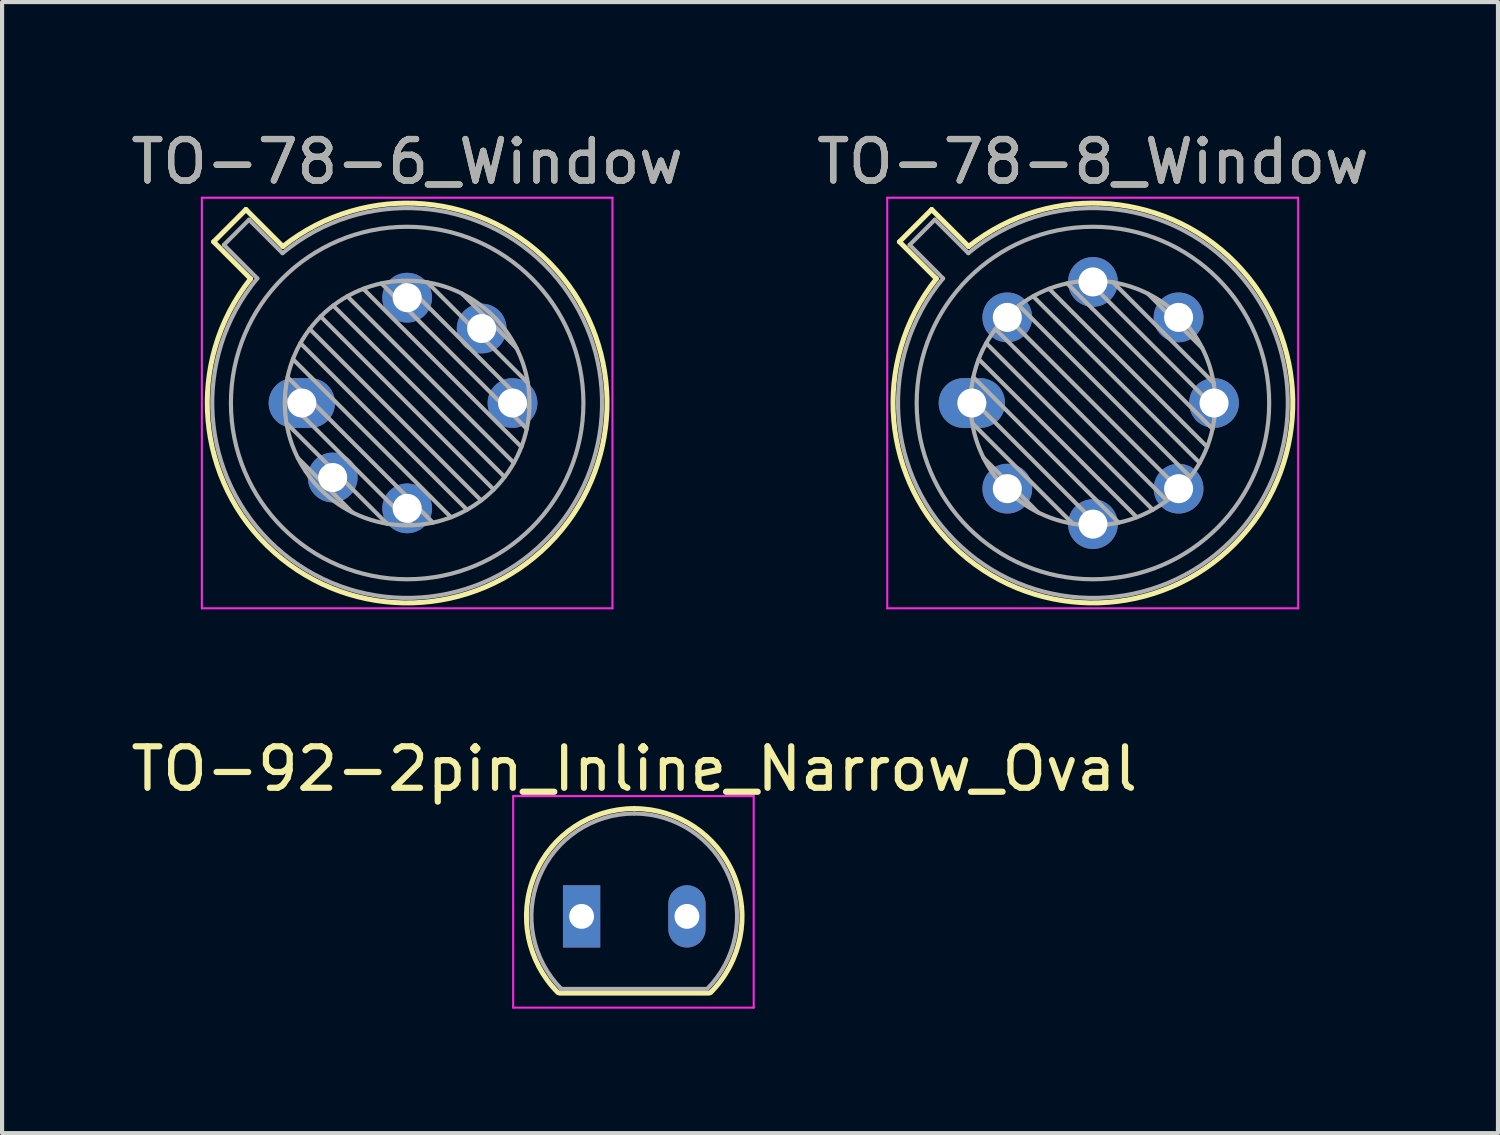
<source format=kicad_pcb>
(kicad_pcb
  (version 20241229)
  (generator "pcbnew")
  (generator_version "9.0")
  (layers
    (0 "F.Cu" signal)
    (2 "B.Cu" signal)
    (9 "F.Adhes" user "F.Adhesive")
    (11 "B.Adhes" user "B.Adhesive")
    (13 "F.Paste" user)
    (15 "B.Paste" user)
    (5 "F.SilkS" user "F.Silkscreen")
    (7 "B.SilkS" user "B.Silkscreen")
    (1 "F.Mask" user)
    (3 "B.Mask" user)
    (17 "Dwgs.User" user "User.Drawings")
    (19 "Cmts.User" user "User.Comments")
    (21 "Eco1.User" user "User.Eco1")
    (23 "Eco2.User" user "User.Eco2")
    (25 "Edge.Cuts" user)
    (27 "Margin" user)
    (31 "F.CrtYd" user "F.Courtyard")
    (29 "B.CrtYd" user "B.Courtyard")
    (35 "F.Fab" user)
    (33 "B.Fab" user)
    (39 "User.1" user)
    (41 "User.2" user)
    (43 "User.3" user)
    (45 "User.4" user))
  (footprint "TO-78-8_Window"
    (layer "F.Cu")
    (at 20.384 6.668)
    (property "Reference" "TO-78-8_Window" (at 2.92 -5.82 0) (layer "F.SilkS") (effects (font (size 1 1) (thickness 0.15))))
    (attr through_hole)
    (fp_line (start -1.746 -3.888) (end -0.855 -2.997) (stroke (width 0.12) (type solid)) (layer "F.SilkS"))
    (fp_line (start -0.968 -4.666) (end -1.746 -3.888) (stroke (width 0.12) (type solid)) (layer "F.SilkS"))
    (fp_line (start -0.077 -3.775) (end -0.968 -4.666) (stroke (width 0.12) (type solid)) (layer "F.SilkS"))
    (fp_arc (start -0.077084 -3.774902) (mid 6.328125 3.408384) (end -0.854674 -2.997371) (stroke (width 0.12) (type solid)) (layer "F.SilkS"))
    (fp_line (start -2.04 -4.95) (end -2.04 4.95) (stroke (width 0.05) (type solid)) (layer "F.CrtYd"))
    (fp_line (start -2.04 4.95) (end 7.87 4.95) (stroke (width 0.05) (type solid)) (layer "F.CrtYd"))
    (fp_line (start 7.87 -4.95) (end -2.04 -4.95) (stroke (width 0.05) (type solid)) (layer "F.CrtYd"))
    (fp_line (start 7.87 4.95) (end 7.87 -4.95) (stroke (width 0.05) (type solid)) (layer "F.CrtYd"))
    (fp_line (start -1.5 -3.812) (end -0.694 -3.005) (stroke (width 0.1) (type solid)) (layer "F.Fab"))
    (fp_line (start -0.892 -4.42) (end -1.5 -3.812) (stroke (width 0.1) (type solid)) (layer "F.Fab"))
    (fp_line (start -0.085 -3.614) (end -0.892 -4.42) (stroke (width 0.1) (type solid)) (layer "F.Fab"))
    (fp_line (start -0.028 -0.12) (end 3.04 2.948) (stroke (width 0.1) (type solid)) (layer "F.Fab"))
    (fp_line (start 0.009 0.485) (end 2.435 2.911) (stroke (width 0.1) (type solid)) (layer "F.Fab"))
    (fp_line (start 0.036 -0.622) (end 3.542 2.884) (stroke (width 0.1) (type solid)) (layer "F.Fab"))
    (fp_line (start 0.165 -1.058) (end 3.978 2.755) (stroke (width 0.1) (type solid)) (layer "F.Fab"))
    (fp_line (start 0.283 1.324) (end 1.596 2.637) (stroke (width 0.1) (type solid)) (layer "F.Fab"))
    (fp_line (start 0.346 -1.443) (end 4.363 2.574) (stroke (width 0.1) (type solid)) (layer "F.Fab"))
    (fp_line (start 0.57 -1.784) (end 4.704 2.35) (stroke (width 0.1) (type solid)) (layer "F.Fab"))
    (fp_line (start 0.834 -2.086) (end 5.006 2.086) (stroke (width 0.1) (type solid)) (layer "F.Fab"))
    (fp_line (start 1.136 -2.35) (end 5.27 1.784) (stroke (width 0.1) (type solid)) (layer "F.Fab"))
    (fp_line (start 1.477 -2.574) (end 5.494 1.443) (stroke (width 0.1) (type solid)) (layer "F.Fab"))
    (fp_line (start 1.862 -2.755) (end 5.675 1.058) (stroke (width 0.1) (type solid)) (layer "F.Fab"))
    (fp_line (start 2.298 -2.884) (end 5.804 0.622) (stroke (width 0.1) (type solid)) (layer "F.Fab"))
    (fp_line (start 2.8 -2.948) (end 5.868 0.12) (stroke (width 0.1) (type solid)) (layer "F.Fab"))
    (fp_line (start 3.405 -2.911) (end 5.831 -0.485) (stroke (width 0.1) (type solid)) (layer "F.Fab"))
    (fp_line (start 4.244 -2.637) (end 5.557 -1.324) (stroke (width 0.1) (type solid)) (layer "F.Fab"))
    (fp_arc (start -0.085408 -3.61352) (mid 6.243443 3.323361) (end -0.693594 -3.005319) (stroke (width 0.1) (type solid)) (layer "F.Fab"))
    (fp_circle (center 2.92 0) (end 5.87 0) (stroke (width 0.1) (type solid)) (fill no) (layer "F.Fab"))
    (fp_circle (center 2.92 0) (end 7.17 0) (stroke (width 0.1) (type solid)) (fill no) (layer "F.Fab"))
    (fp_text user "${REFERENCE}" (at 2.92 -5.82 0) (layer "F.Fab") (effects (font (size 1 1) (thickness 0.15))))
    (pad "1" thru_hole oval (at 0 0) (size 1.6 1.2) (drill 0.7) (layers "*.Cu" "*.Mask"))
    (pad "2" thru_hole oval (at 0.855 2.065) (size 1.2 1.2) (drill 0.7) (layers "*.Cu" "*.Mask"))
    (pad "3" thru_hole oval (at 2.92 2.92) (size 1.2 1.2) (drill 0.7) (layers "*.Cu" "*.Mask"))
    (pad "4" thru_hole oval (at 4.985 2.065) (size 1.2 1.2) (drill 0.7) (layers "*.Cu" "*.Mask"))
    (pad "5" thru_hole oval (at 5.84 0) (size 1.2 1.2) (drill 0.7) (layers "*.Cu" "*.Mask"))
    (pad "6" thru_hole oval (at 4.985 -2.065) (size 1.2 1.2) (drill 0.7) (layers "*.Cu" "*.Mask"))
    (pad "7" thru_hole oval (at 2.92 -2.92) (size 1.2 1.2) (drill 0.7) (layers "*.Cu" "*.Mask"))
    (pad "8" thru_hole oval (at 0.855 -2.065) (size 1.2 1.2) (drill 0.7) (layers "*.Cu" "*.Mask")))
  (footprint "TO-92-2pin_Inline_Narrow_Oval"
    (layer "F.Cu")
    (at 10.974 19.047)
    (property "Reference" "TO-92-2pin_Inline_Narrow_Oval" (at 1.27 -3.556 0) (layer "F.SilkS") (effects (font (size 1 1) (thickness 0.15))))
    (attr through_hole)
    (fp_line (start -0.53 1.85) (end 3.07 1.85) (stroke (width 0.12) (type solid)) (layer "F.SilkS"))
    (fp_arc (start -0.568478 1.838478) (mid -1.132087 -0.994977) (end 1.27 -2.6) (stroke (width 0.12) (type solid)) (layer "F.SilkS"))
    (fp_arc (start 1.27 -2.6) (mid 3.672087 -0.994977) (end 3.108478 1.838478) (stroke (width 0.12) (type solid)) (layer "F.SilkS"))
    (fp_line (start -1.65 -2.9) (end 4.15 -2.9) (stroke (width 0.05) (type solid)) (layer "F.CrtYd"))
    (fp_line (start -1.65 2.2) (end -1.65 -2.9) (stroke (width 0.05) (type solid)) (layer "F.CrtYd"))
    (fp_line (start 4.15 -2.9) (end 4.15 2.2) (stroke (width 0.05) (type solid)) (layer "F.CrtYd"))
    (fp_line (start 4.15 2.2) (end -1.65 2.2) (stroke (width 0.05) (type solid)) (layer "F.CrtYd"))
    (fp_line (start -0.5 1.75) (end 3 1.75) (stroke (width 0.1) (type solid)) (layer "F.Fab"))
    (fp_arc (start -0.483625 1.753625) (mid -1.021221 -0.949055) (end 1.27 -2.48) (stroke (width 0.1) (type solid)) (layer "F.Fab"))
    (fp_arc (start 1.27 -2.48) (mid 3.561221 -0.949055) (end 3.023625 1.753625) (stroke (width 0.1) (type solid)) (layer "F.Fab"))
    (pad "1" thru_hole rect (at 0 0 180) (size 0.899 1.501) (drill 0.6) (layers "*.Cu" "*.Mask"))
    (pad "2" thru_hole oval (at 2.54 0 180) (size 0.899 1.501) (drill 0.6) (layers "*.Cu" "*.Mask")))
  (footprint "TO-78-6_Window"
    (layer "F.Cu")
    (at 4.228 6.668)
    (property "Reference" "TO-78-6_Window" (at 2.54 -5.82 0) (layer "F.SilkS") (effects (font (size 1 1) (thickness 0.15))))
    (attr through_hole)
    (fp_line (start -2.126 -3.888) (end -1.235 -2.997) (stroke (width 0.12) (type solid)) (layer "F.SilkS"))
    (fp_line (start -1.348 -4.666) (end -2.126 -3.888) (stroke (width 0.12) (type solid)) (layer "F.SilkS"))
    (fp_line (start -0.457 -3.775) (end -1.348 -4.666) (stroke (width 0.12) (type solid)) (layer "F.SilkS"))
    (fp_arc (start -0.457084 -3.774902) (mid 5.948125 3.408384) (end -1.234674 -2.997371) (stroke (width 0.12) (type solid)) (layer "F.SilkS"))
    (fp_line (start -2.41 -4.95) (end -2.41 4.95) (stroke (width 0.05) (type solid)) (layer "F.CrtYd"))
    (fp_line (start -2.41 4.95) (end 7.49 4.95) (stroke (width 0.05) (type solid)) (layer "F.CrtYd"))
    (fp_line (start 7.49 -4.95) (end -2.41 -4.95) (stroke (width 0.05) (type solid)) (layer "F.CrtYd"))
    (fp_line (start 7.49 4.95) (end 7.49 -4.95) (stroke (width 0.05) (type solid)) (layer "F.CrtYd"))
    (fp_line (start -1.88 -3.812) (end -1.074 -3.005) (stroke (width 0.1) (type solid)) (layer "F.Fab"))
    (fp_line (start -1.272 -4.42) (end -1.88 -3.812) (stroke (width 0.1) (type solid)) (layer "F.Fab"))
    (fp_line (start -0.465 -3.614) (end -1.272 -4.42) (stroke (width 0.1) (type solid)) (layer "F.Fab"))
    (fp_line (start -0.408 -0.12) (end 2.66 2.948) (stroke (width 0.1) (type solid)) (layer "F.Fab"))
    (fp_line (start -0.371 0.485) (end 2.055 2.911) (stroke (width 0.1) (type solid)) (layer "F.Fab"))
    (fp_line (start -0.344 -0.622) (end 3.162 2.884) (stroke (width 0.1) (type solid)) (layer "F.Fab"))
    (fp_line (start -0.215 -1.058) (end 3.598 2.755) (stroke (width 0.1) (type solid)) (layer "F.Fab"))
    (fp_line (start -0.097 1.324) (end 1.216 2.637) (stroke (width 0.1) (type solid)) (layer "F.Fab"))
    (fp_line (start -0.034 -1.443) (end 3.983 2.574) (stroke (width 0.1) (type solid)) (layer "F.Fab"))
    (fp_line (start 0.19 -1.784) (end 4.324 2.35) (stroke (width 0.1) (type solid)) (layer "F.Fab"))
    (fp_line (start 0.454 -2.086) (end 4.626 2.086) (stroke (width 0.1) (type solid)) (layer "F.Fab"))
    (fp_line (start 0.756 -2.35) (end 4.89 1.784) (stroke (width 0.1) (type solid)) (layer "F.Fab"))
    (fp_line (start 1.097 -2.574) (end 5.114 1.443) (stroke (width 0.1) (type solid)) (layer "F.Fab"))
    (fp_line (start 1.482 -2.755) (end 5.295 1.058) (stroke (width 0.1) (type solid)) (layer "F.Fab"))
    (fp_line (start 1.918 -2.884) (end 5.424 0.622) (stroke (width 0.1) (type solid)) (layer "F.Fab"))
    (fp_line (start 2.42 -2.948) (end 5.488 0.12) (stroke (width 0.1) (type solid)) (layer "F.Fab"))
    (fp_line (start 3.025 -2.911) (end 5.451 -0.485) (stroke (width 0.1) (type solid)) (layer "F.Fab"))
    (fp_line (start 3.864 -2.637) (end 5.177 -1.324) (stroke (width 0.1) (type solid)) (layer "F.Fab"))
    (fp_arc (start -0.465408 -3.61352) (mid 5.863443 3.323361) (end -1.073594 -3.005319) (stroke (width 0.1) (type solid)) (layer "F.Fab"))
    (fp_circle (center 2.54 0) (end 5.49 0) (stroke (width 0.1) (type solid)) (fill no) (layer "F.Fab"))
    (fp_circle (center 2.54 0) (end 6.79 0) (stroke (width 0.1) (type solid)) (fill no) (layer "F.Fab"))
    (fp_text user "${REFERENCE}" (at 2.54 -5.82 0) (layer "F.Fab") (effects (font (size 1 1) (thickness 0.15))))
    (pad "1" thru_hole oval (at 0 0) (size 1.6 1.2) (drill 0.7) (layers "*.Cu" "*.Mask"))
    (pad "2" thru_hole oval (at 0.744 1.796) (size 1.2 1.2) (drill 0.7) (layers "*.Cu" "*.Mask"))
    (pad "3" thru_hole oval (at 2.54 2.54) (size 1.2 1.2) (drill 0.7) (layers "*.Cu" "*.Mask"))
    (pad "4" thru_hole oval (at 5.08 0) (size 1.2 1.2) (drill 0.7) (layers "*.Cu" "*.Mask"))
    (pad "5" thru_hole oval (at 4.336 -1.796) (size 1.2 1.2) (drill 0.7) (layers "*.Cu" "*.Mask"))
    (pad "6" thru_hole oval (at 2.54 -2.54) (size 1.2 1.2) (drill 0.7) (layers "*.Cu" "*.Mask")))
  (gr_rect
    (start -3 -3)
    (end 33.071 24.273)
    (stroke (width 0.1) (type default))
    (fill no)
    (layer "Edge.Cuts")))
</source>
